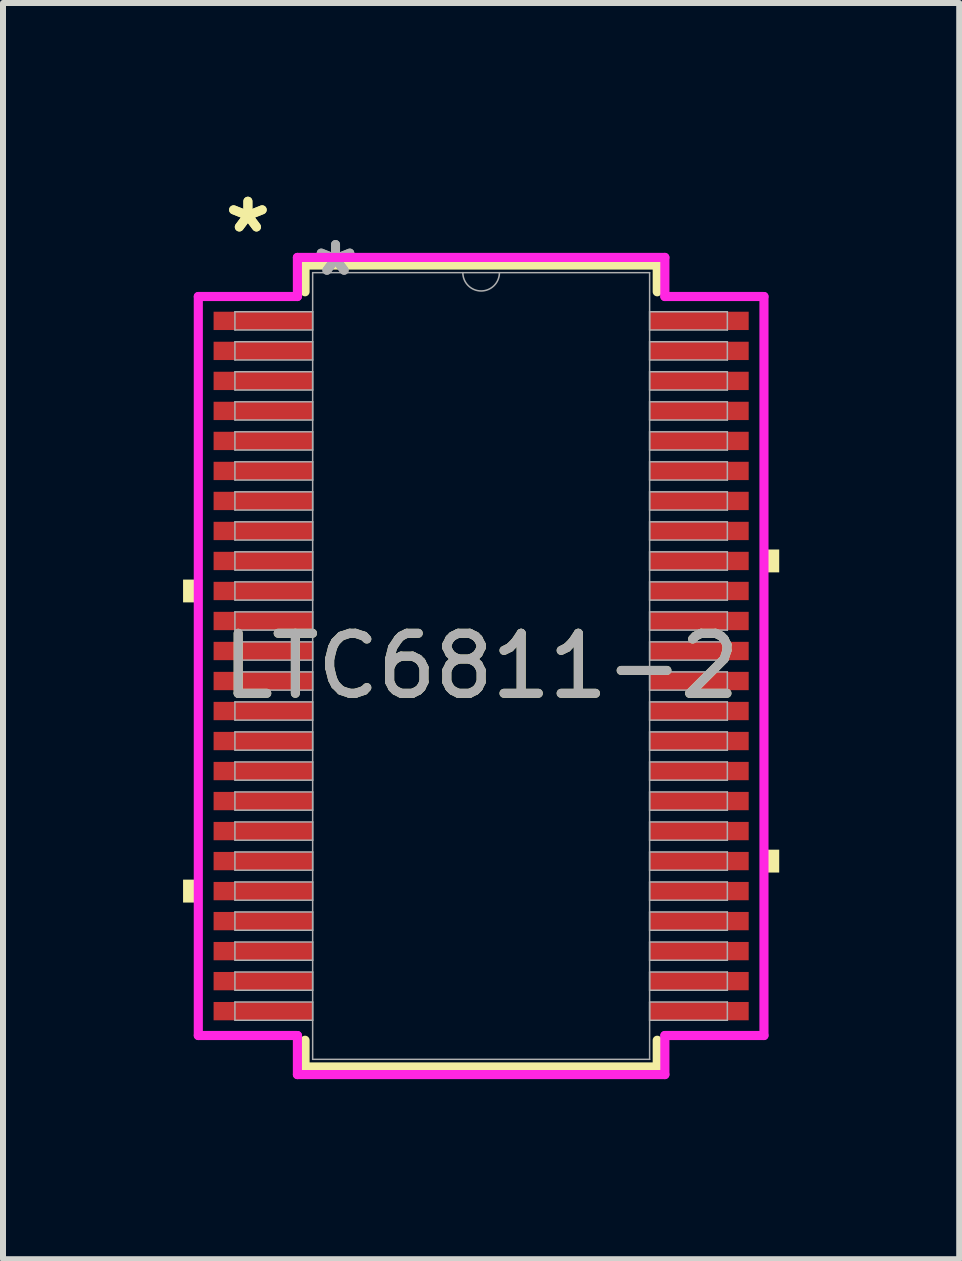
<source format=kicad_pcb>
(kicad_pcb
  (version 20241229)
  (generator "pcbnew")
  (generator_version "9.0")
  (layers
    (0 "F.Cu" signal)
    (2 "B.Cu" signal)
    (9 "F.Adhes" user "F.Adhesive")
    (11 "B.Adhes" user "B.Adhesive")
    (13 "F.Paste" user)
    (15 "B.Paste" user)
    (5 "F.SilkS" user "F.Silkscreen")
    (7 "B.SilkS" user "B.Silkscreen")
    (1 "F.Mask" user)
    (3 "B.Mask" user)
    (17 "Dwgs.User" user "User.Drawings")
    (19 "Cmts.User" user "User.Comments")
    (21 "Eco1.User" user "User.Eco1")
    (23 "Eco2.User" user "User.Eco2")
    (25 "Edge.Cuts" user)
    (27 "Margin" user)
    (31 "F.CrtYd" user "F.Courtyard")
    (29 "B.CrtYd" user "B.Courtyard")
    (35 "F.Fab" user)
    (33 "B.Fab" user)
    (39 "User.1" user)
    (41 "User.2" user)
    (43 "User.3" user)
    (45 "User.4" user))
  (footprint "LTC6811-2"
    (layer "F.Cu")
    (at 4.966 8.046)
    (property "Reference" "LTC6811-2" (at 0 0 0) (unlocked yes) (layer "F.SilkS") (effects (font (size 1 1) (thickness 0.15))))
    (attr smd)
    (fp_line (start -2.934 -6.68) (end -2.934 -6.235) (stroke (width 0.152) (type solid)) (layer "F.SilkS"))
    (fp_line (start -2.934 6.235) (end -2.934 6.68) (stroke (width 0.152) (type solid)) (layer "F.SilkS"))
    (fp_line (start -2.934 6.68) (end 2.934 6.68) (stroke (width 0.152) (type solid)) (layer "F.SilkS"))
    (fp_line (start 2.934 -6.68) (end -2.934 -6.68) (stroke (width 0.152) (type solid)) (layer "F.SilkS"))
    (fp_line (start 2.934 -6.235) (end 2.934 -6.68) (stroke (width 0.152) (type solid)) (layer "F.SilkS"))
    (fp_line (start 2.934 6.68) (end 2.934 6.235) (stroke (width 0.152) (type solid)) (layer "F.SilkS"))
    (fp_poly (pts (xy -4.966 -1.44) (xy -4.966 -1.06) (xy -4.712 -1.06) (xy -4.712 -1.44)) (stroke (width 0) (type solid)) (fill yes) (layer "F.SilkS"))
    (fp_poly (pts (xy -4.966 3.559) (xy -4.966 3.941) (xy -4.712 3.941) (xy -4.712 3.559)) (stroke (width 0) (type solid)) (fill yes) (layer "F.SilkS"))
    (fp_poly (pts (xy 4.966 -1.941) (xy 4.966 -1.56) (xy 4.712 -1.56) (xy 4.712 -1.941)) (stroke (width 0) (type solid)) (fill yes) (layer "F.SilkS"))
    (fp_poly (pts (xy 4.966 3.06) (xy 4.966 3.441) (xy 4.712 3.441) (xy 4.712 3.06)) (stroke (width 0) (type solid)) (fill yes) (layer "F.SilkS"))
    (fp_line (start -4.712 -6.156) (end -3.061 -6.156) (stroke (width 0.152) (type solid)) (layer "F.CrtYd"))
    (fp_line (start -4.712 6.156) (end -4.712 -6.156) (stroke (width 0.152) (type solid)) (layer "F.CrtYd"))
    (fp_line (start -4.712 6.156) (end -3.061 6.156) (stroke (width 0.152) (type solid)) (layer "F.CrtYd"))
    (fp_line (start -3.061 -6.807) (end 3.061 -6.807) (stroke (width 0.152) (type solid)) (layer "F.CrtYd"))
    (fp_line (start -3.061 -6.156) (end -3.061 -6.807) (stroke (width 0.152) (type solid)) (layer "F.CrtYd"))
    (fp_line (start -3.061 6.807) (end -3.061 6.156) (stroke (width 0.152) (type solid)) (layer "F.CrtYd"))
    (fp_line (start 3.061 -6.807) (end 3.061 -6.156) (stroke (width 0.152) (type solid)) (layer "F.CrtYd"))
    (fp_line (start 3.061 6.156) (end 3.061 6.807) (stroke (width 0.152) (type solid)) (layer "F.CrtYd"))
    (fp_line (start 3.061 6.807) (end -3.061 6.807) (stroke (width 0.152) (type solid)) (layer "F.CrtYd"))
    (fp_line (start 4.712 -6.156) (end 3.061 -6.156) (stroke (width 0.152) (type solid)) (layer "F.CrtYd"))
    (fp_line (start 4.712 -6.156) (end 4.712 6.156) (stroke (width 0.152) (type solid)) (layer "F.CrtYd"))
    (fp_line (start 4.712 6.156) (end 3.061 6.156) (stroke (width 0.152) (type solid)) (layer "F.CrtYd"))
    (fp_line (start -4.102 -5.902) (end -4.102 -5.598) (stroke (width 0.025) (type solid)) (layer "F.Fab"))
    (fp_line (start -4.102 -5.598) (end -2.807 -5.598) (stroke (width 0.025) (type solid)) (layer "F.Fab"))
    (fp_line (start -4.102 -5.402) (end -4.102 -5.098) (stroke (width 0.025) (type solid)) (layer "F.Fab"))
    (fp_line (start -4.102 -5.098) (end -2.807 -5.098) (stroke (width 0.025) (type solid)) (layer "F.Fab"))
    (fp_line (start -4.102 -4.902) (end -4.102 -4.598) (stroke (width 0.025) (type solid)) (layer "F.Fab"))
    (fp_line (start -4.102 -4.598) (end -2.807 -4.598) (stroke (width 0.025) (type solid)) (layer "F.Fab"))
    (fp_line (start -4.102 -4.402) (end -4.102 -4.098) (stroke (width 0.025) (type solid)) (layer "F.Fab"))
    (fp_line (start -4.102 -4.098) (end -2.807 -4.098) (stroke (width 0.025) (type solid)) (layer "F.Fab"))
    (fp_line (start -4.102 -3.902) (end -4.102 -3.598) (stroke (width 0.025) (type solid)) (layer "F.Fab"))
    (fp_line (start -4.102 -3.598) (end -2.807 -3.598) (stroke (width 0.025) (type solid)) (layer "F.Fab"))
    (fp_line (start -4.102 -3.402) (end -4.102 -3.098) (stroke (width 0.025) (type solid)) (layer "F.Fab"))
    (fp_line (start -4.102 -3.098) (end -2.807 -3.098) (stroke (width 0.025) (type solid)) (layer "F.Fab"))
    (fp_line (start -4.102 -2.902) (end -4.102 -2.598) (stroke (width 0.025) (type solid)) (layer "F.Fab"))
    (fp_line (start -4.102 -2.598) (end -2.807 -2.598) (stroke (width 0.025) (type solid)) (layer "F.Fab"))
    (fp_line (start -4.102 -2.402) (end -4.102 -2.098) (stroke (width 0.025) (type solid)) (layer "F.Fab"))
    (fp_line (start -4.102 -2.098) (end -2.807 -2.098) (stroke (width 0.025) (type solid)) (layer "F.Fab"))
    (fp_line (start -4.102 -1.902) (end -4.102 -1.598) (stroke (width 0.025) (type solid)) (layer "F.Fab"))
    (fp_line (start -4.102 -1.598) (end -2.807 -1.598) (stroke (width 0.025) (type solid)) (layer "F.Fab"))
    (fp_line (start -4.102 -1.402) (end -4.102 -1.098) (stroke (width 0.025) (type solid)) (layer "F.Fab"))
    (fp_line (start -4.102 -1.098) (end -2.807 -1.098) (stroke (width 0.025) (type solid)) (layer "F.Fab"))
    (fp_line (start -4.102 -0.902) (end -4.102 -0.598) (stroke (width 0.025) (type solid)) (layer "F.Fab"))
    (fp_line (start -4.102 -0.598) (end -2.807 -0.598) (stroke (width 0.025) (type solid)) (layer "F.Fab"))
    (fp_line (start -4.102 -0.402) (end -4.102 -0.098) (stroke (width 0.025) (type solid)) (layer "F.Fab"))
    (fp_line (start -4.102 -0.098) (end -2.807 -0.098) (stroke (width 0.025) (type solid)) (layer "F.Fab"))
    (fp_line (start -4.102 0.098) (end -4.102 0.402) (stroke (width 0.025) (type solid)) (layer "F.Fab"))
    (fp_line (start -4.102 0.402) (end -2.807 0.402) (stroke (width 0.025) (type solid)) (layer "F.Fab"))
    (fp_line (start -4.102 0.598) (end -4.102 0.902) (stroke (width 0.025) (type solid)) (layer "F.Fab"))
    (fp_line (start -4.102 0.902) (end -2.807 0.902) (stroke (width 0.025) (type solid)) (layer "F.Fab"))
    (fp_line (start -4.102 1.098) (end -4.102 1.402) (stroke (width 0.025) (type solid)) (layer "F.Fab"))
    (fp_line (start -4.102 1.402) (end -2.807 1.402) (stroke (width 0.025) (type solid)) (layer "F.Fab"))
    (fp_line (start -4.102 1.598) (end -4.102 1.902) (stroke (width 0.025) (type solid)) (layer "F.Fab"))
    (fp_line (start -4.102 1.902) (end -2.807 1.902) (stroke (width 0.025) (type solid)) (layer "F.Fab"))
    (fp_line (start -4.102 2.098) (end -4.102 2.402) (stroke (width 0.025) (type solid)) (layer "F.Fab"))
    (fp_line (start -4.102 2.402) (end -2.807 2.402) (stroke (width 0.025) (type solid)) (layer "F.Fab"))
    (fp_line (start -4.102 2.598) (end -4.102 2.902) (stroke (width 0.025) (type solid)) (layer "F.Fab"))
    (fp_line (start -4.102 2.902) (end -2.807 2.902) (stroke (width 0.025) (type solid)) (layer "F.Fab"))
    (fp_line (start -4.102 3.098) (end -4.102 3.402) (stroke (width 0.025) (type solid)) (layer "F.Fab"))
    (fp_line (start -4.102 3.402) (end -2.807 3.402) (stroke (width 0.025) (type solid)) (layer "F.Fab"))
    (fp_line (start -4.102 3.598) (end -4.102 3.902) (stroke (width 0.025) (type solid)) (layer "F.Fab"))
    (fp_line (start -4.102 3.902) (end -2.807 3.902) (stroke (width 0.025) (type solid)) (layer "F.Fab"))
    (fp_line (start -4.102 4.098) (end -4.102 4.402) (stroke (width 0.025) (type solid)) (layer "F.Fab"))
    (fp_line (start -4.102 4.402) (end -2.807 4.402) (stroke (width 0.025) (type solid)) (layer "F.Fab"))
    (fp_line (start -4.102 4.598) (end -4.102 4.902) (stroke (width 0.025) (type solid)) (layer "F.Fab"))
    (fp_line (start -4.102 4.902) (end -2.807 4.902) (stroke (width 0.025) (type solid)) (layer "F.Fab"))
    (fp_line (start -4.102 5.098) (end -4.102 5.402) (stroke (width 0.025) (type solid)) (layer "F.Fab"))
    (fp_line (start -4.102 5.402) (end -2.807 5.402) (stroke (width 0.025) (type solid)) (layer "F.Fab"))
    (fp_line (start -4.102 5.598) (end -4.102 5.902) (stroke (width 0.025) (type solid)) (layer "F.Fab"))
    (fp_line (start -4.102 5.902) (end -2.807 5.902) (stroke (width 0.025) (type solid)) (layer "F.Fab"))
    (fp_line (start -2.807 -6.553) (end -2.807 6.553) (stroke (width 0.025) (type solid)) (layer "F.Fab"))
    (fp_line (start -2.807 -5.902) (end -4.102 -5.902) (stroke (width 0.025) (type solid)) (layer "F.Fab"))
    (fp_line (start -2.807 -5.598) (end -2.807 -5.902) (stroke (width 0.025) (type solid)) (layer "F.Fab"))
    (fp_line (start -2.807 -5.402) (end -4.102 -5.402) (stroke (width 0.025) (type solid)) (layer "F.Fab"))
    (fp_line (start -2.807 -5.098) (end -2.807 -5.402) (stroke (width 0.025) (type solid)) (layer "F.Fab"))
    (fp_line (start -2.807 -4.902) (end -4.102 -4.902) (stroke (width 0.025) (type solid)) (layer "F.Fab"))
    (fp_line (start -2.807 -4.598) (end -2.807 -4.902) (stroke (width 0.025) (type solid)) (layer "F.Fab"))
    (fp_line (start -2.807 -4.402) (end -4.102 -4.402) (stroke (width 0.025) (type solid)) (layer "F.Fab"))
    (fp_line (start -2.807 -4.098) (end -2.807 -4.402) (stroke (width 0.025) (type solid)) (layer "F.Fab"))
    (fp_line (start -2.807 -3.902) (end -4.102 -3.902) (stroke (width 0.025) (type solid)) (layer "F.Fab"))
    (fp_line (start -2.807 -3.598) (end -2.807 -3.902) (stroke (width 0.025) (type solid)) (layer "F.Fab"))
    (fp_line (start -2.807 -3.402) (end -4.102 -3.402) (stroke (width 0.025) (type solid)) (layer "F.Fab"))
    (fp_line (start -2.807 -3.098) (end -2.807 -3.402) (stroke (width 0.025) (type solid)) (layer "F.Fab"))
    (fp_line (start -2.807 -2.902) (end -4.102 -2.902) (stroke (width 0.025) (type solid)) (layer "F.Fab"))
    (fp_line (start -2.807 -2.598) (end -2.807 -2.902) (stroke (width 0.025) (type solid)) (layer "F.Fab"))
    (fp_line (start -2.807 -2.402) (end -4.102 -2.402) (stroke (width 0.025) (type solid)) (layer "F.Fab"))
    (fp_line (start -2.807 -2.098) (end -2.807 -2.402) (stroke (width 0.025) (type solid)) (layer "F.Fab"))
    (fp_line (start -2.807 -1.902) (end -4.102 -1.902) (stroke (width 0.025) (type solid)) (layer "F.Fab"))
    (fp_line (start -2.807 -1.598) (end -2.807 -1.902) (stroke (width 0.025) (type solid)) (layer "F.Fab"))
    (fp_line (start -2.807 -1.402) (end -4.102 -1.402) (stroke (width 0.025) (type solid)) (layer "F.Fab"))
    (fp_line (start -2.807 -1.098) (end -2.807 -1.402) (stroke (width 0.025) (type solid)) (layer "F.Fab"))
    (fp_line (start -2.807 -0.902) (end -4.102 -0.902) (stroke (width 0.025) (type solid)) (layer "F.Fab"))
    (fp_line (start -2.807 -0.598) (end -2.807 -0.902) (stroke (width 0.025) (type solid)) (layer "F.Fab"))
    (fp_line (start -2.807 -0.402) (end -4.102 -0.402) (stroke (width 0.025) (type solid)) (layer "F.Fab"))
    (fp_line (start -2.807 -0.098) (end -2.807 -0.402) (stroke (width 0.025) (type solid)) (layer "F.Fab"))
    (fp_line (start -2.807 0.098) (end -4.102 0.098) (stroke (width 0.025) (type solid)) (layer "F.Fab"))
    (fp_line (start -2.807 0.402) (end -2.807 0.098) (stroke (width 0.025) (type solid)) (layer "F.Fab"))
    (fp_line (start -2.807 0.598) (end -4.102 0.598) (stroke (width 0.025) (type solid)) (layer "F.Fab"))
    (fp_line (start -2.807 0.902) (end -2.807 0.598) (stroke (width 0.025) (type solid)) (layer "F.Fab"))
    (fp_line (start -2.807 1.098) (end -4.102 1.098) (stroke (width 0.025) (type solid)) (layer "F.Fab"))
    (fp_line (start -2.807 1.402) (end -2.807 1.098) (stroke (width 0.025) (type solid)) (layer "F.Fab"))
    (fp_line (start -2.807 1.598) (end -4.102 1.598) (stroke (width 0.025) (type solid)) (layer "F.Fab"))
    (fp_line (start -2.807 1.902) (end -2.807 1.598) (stroke (width 0.025) (type solid)) (layer "F.Fab"))
    (fp_line (start -2.807 2.098) (end -4.102 2.098) (stroke (width 0.025) (type solid)) (layer "F.Fab"))
    (fp_line (start -2.807 2.402) (end -2.807 2.098) (stroke (width 0.025) (type solid)) (layer "F.Fab"))
    (fp_line (start -2.807 2.598) (end -4.102 2.598) (stroke (width 0.025) (type solid)) (layer "F.Fab"))
    (fp_line (start -2.807 2.902) (end -2.807 2.598) (stroke (width 0.025) (type solid)) (layer "F.Fab"))
    (fp_line (start -2.807 3.098) (end -4.102 3.098) (stroke (width 0.025) (type solid)) (layer "F.Fab"))
    (fp_line (start -2.807 3.402) (end -2.807 3.098) (stroke (width 0.025) (type solid)) (layer "F.Fab"))
    (fp_line (start -2.807 3.598) (end -4.102 3.598) (stroke (width 0.025) (type solid)) (layer "F.Fab"))
    (fp_line (start -2.807 3.902) (end -2.807 3.598) (stroke (width 0.025) (type solid)) (layer "F.Fab"))
    (fp_line (start -2.807 4.098) (end -4.102 4.098) (stroke (width 0.025) (type solid)) (layer "F.Fab"))
    (fp_line (start -2.807 4.402) (end -2.807 4.098) (stroke (width 0.025) (type solid)) (layer "F.Fab"))
    (fp_line (start -2.807 4.598) (end -4.102 4.598) (stroke (width 0.025) (type solid)) (layer "F.Fab"))
    (fp_line (start -2.807 4.902) (end -2.807 4.598) (stroke (width 0.025) (type solid)) (layer "F.Fab"))
    (fp_line (start -2.807 5.098) (end -4.102 5.098) (stroke (width 0.025) (type solid)) (layer "F.Fab"))
    (fp_line (start -2.807 5.402) (end -2.807 5.098) (stroke (width 0.025) (type solid)) (layer "F.Fab"))
    (fp_line (start -2.807 5.598) (end -4.102 5.598) (stroke (width 0.025) (type solid)) (layer "F.Fab"))
    (fp_line (start -2.807 5.902) (end -2.807 5.598) (stroke (width 0.025) (type solid)) (layer "F.Fab"))
    (fp_line (start -2.807 6.553) (end 2.807 6.553) (stroke (width 0.025) (type solid)) (layer "F.Fab"))
    (fp_line (start 2.807 -6.553) (end -2.807 -6.553) (stroke (width 0.025) (type solid)) (layer "F.Fab"))
    (fp_line (start 2.807 -5.902) (end 2.807 -5.598) (stroke (width 0.025) (type solid)) (layer "F.Fab"))
    (fp_line (start 2.807 -5.598) (end 4.102 -5.598) (stroke (width 0.025) (type solid)) (layer "F.Fab"))
    (fp_line (start 2.807 -5.402) (end 2.807 -5.098) (stroke (width 0.025) (type solid)) (layer "F.Fab"))
    (fp_line (start 2.807 -5.098) (end 4.102 -5.098) (stroke (width 0.025) (type solid)) (layer "F.Fab"))
    (fp_line (start 2.807 -4.902) (end 2.807 -4.598) (stroke (width 0.025) (type solid)) (layer "F.Fab"))
    (fp_line (start 2.807 -4.598) (end 4.102 -4.598) (stroke (width 0.025) (type solid)) (layer "F.Fab"))
    (fp_line (start 2.807 -4.402) (end 2.807 -4.098) (stroke (width 0.025) (type solid)) (layer "F.Fab"))
    (fp_line (start 2.807 -4.098) (end 4.102 -4.098) (stroke (width 0.025) (type solid)) (layer "F.Fab"))
    (fp_line (start 2.807 -3.902) (end 2.807 -3.598) (stroke (width 0.025) (type solid)) (layer "F.Fab"))
    (fp_line (start 2.807 -3.598) (end 4.102 -3.598) (stroke (width 0.025) (type solid)) (layer "F.Fab"))
    (fp_line (start 2.807 -3.402) (end 2.807 -3.098) (stroke (width 0.025) (type solid)) (layer "F.Fab"))
    (fp_line (start 2.807 -3.098) (end 4.102 -3.098) (stroke (width 0.025) (type solid)) (layer "F.Fab"))
    (fp_line (start 2.807 -2.902) (end 2.807 -2.598) (stroke (width 0.025) (type solid)) (layer "F.Fab"))
    (fp_line (start 2.807 -2.598) (end 4.102 -2.598) (stroke (width 0.025) (type solid)) (layer "F.Fab"))
    (fp_line (start 2.807 -2.402) (end 2.807 -2.098) (stroke (width 0.025) (type solid)) (layer "F.Fab"))
    (fp_line (start 2.807 -2.098) (end 4.102 -2.098) (stroke (width 0.025) (type solid)) (layer "F.Fab"))
    (fp_line (start 2.807 -1.902) (end 2.807 -1.598) (stroke (width 0.025) (type solid)) (layer "F.Fab"))
    (fp_line (start 2.807 -1.598) (end 4.102 -1.598) (stroke (width 0.025) (type solid)) (layer "F.Fab"))
    (fp_line (start 2.807 -1.402) (end 2.807 -1.098) (stroke (width 0.025) (type solid)) (layer "F.Fab"))
    (fp_line (start 2.807 -1.098) (end 4.102 -1.098) (stroke (width 0.025) (type solid)) (layer "F.Fab"))
    (fp_line (start 2.807 -0.902) (end 2.807 -0.598) (stroke (width 0.025) (type solid)) (layer "F.Fab"))
    (fp_line (start 2.807 -0.598) (end 4.102 -0.598) (stroke (width 0.025) (type solid)) (layer "F.Fab"))
    (fp_line (start 2.807 -0.402) (end 2.807 -0.098) (stroke (width 0.025) (type solid)) (layer "F.Fab"))
    (fp_line (start 2.807 -0.098) (end 4.102 -0.098) (stroke (width 0.025) (type solid)) (layer "F.Fab"))
    (fp_line (start 2.807 0.098) (end 2.807 0.402) (stroke (width 0.025) (type solid)) (layer "F.Fab"))
    (fp_line (start 2.807 0.402) (end 4.102 0.402) (stroke (width 0.025) (type solid)) (layer "F.Fab"))
    (fp_line (start 2.807 0.598) (end 2.807 0.902) (stroke (width 0.025) (type solid)) (layer "F.Fab"))
    (fp_line (start 2.807 0.902) (end 4.102 0.902) (stroke (width 0.025) (type solid)) (layer "F.Fab"))
    (fp_line (start 2.807 1.098) (end 2.807 1.402) (stroke (width 0.025) (type solid)) (layer "F.Fab"))
    (fp_line (start 2.807 1.402) (end 4.102 1.402) (stroke (width 0.025) (type solid)) (layer "F.Fab"))
    (fp_line (start 2.807 1.598) (end 2.807 1.902) (stroke (width 0.025) (type solid)) (layer "F.Fab"))
    (fp_line (start 2.807 1.902) (end 4.102 1.902) (stroke (width 0.025) (type solid)) (layer "F.Fab"))
    (fp_line (start 2.807 2.098) (end 2.807 2.402) (stroke (width 0.025) (type solid)) (layer "F.Fab"))
    (fp_line (start 2.807 2.402) (end 4.102 2.402) (stroke (width 0.025) (type solid)) (layer "F.Fab"))
    (fp_line (start 2.807 2.598) (end 2.807 2.902) (stroke (width 0.025) (type solid)) (layer "F.Fab"))
    (fp_line (start 2.807 2.902) (end 4.102 2.902) (stroke (width 0.025) (type solid)) (layer "F.Fab"))
    (fp_line (start 2.807 3.098) (end 2.807 3.402) (stroke (width 0.025) (type solid)) (layer "F.Fab"))
    (fp_line (start 2.807 3.402) (end 4.102 3.402) (stroke (width 0.025) (type solid)) (layer "F.Fab"))
    (fp_line (start 2.807 3.598) (end 2.807 3.902) (stroke (width 0.025) (type solid)) (layer "F.Fab"))
    (fp_line (start 2.807 3.902) (end 4.102 3.902) (stroke (width 0.025) (type solid)) (layer "F.Fab"))
    (fp_line (start 2.807 4.098) (end 2.807 4.402) (stroke (width 0.025) (type solid)) (layer "F.Fab"))
    (fp_line (start 2.807 4.402) (end 4.102 4.402) (stroke (width 0.025) (type solid)) (layer "F.Fab"))
    (fp_line (start 2.807 4.598) (end 2.807 4.902) (stroke (width 0.025) (type solid)) (layer "F.Fab"))
    (fp_line (start 2.807 4.902) (end 4.102 4.902) (stroke (width 0.025) (type solid)) (layer "F.Fab"))
    (fp_line (start 2.807 5.098) (end 2.807 5.402) (stroke (width 0.025) (type solid)) (layer "F.Fab"))
    (fp_line (start 2.807 5.402) (end 4.102 5.402) (stroke (width 0.025) (type solid)) (layer "F.Fab"))
    (fp_line (start 2.807 5.598) (end 2.807 5.902) (stroke (width 0.025) (type solid)) (layer "F.Fab"))
    (fp_line (start 2.807 5.902) (end 4.102 5.902) (stroke (width 0.025) (type solid)) (layer "F.Fab"))
    (fp_line (start 2.807 6.553) (end 2.807 -6.553) (stroke (width 0.025) (type solid)) (layer "F.Fab"))
    (fp_line (start 4.102 -5.902) (end 2.807 -5.902) (stroke (width 0.025) (type solid)) (layer "F.Fab"))
    (fp_line (start 4.102 -5.598) (end 4.102 -5.902) (stroke (width 0.025) (type solid)) (layer "F.Fab"))
    (fp_line (start 4.102 -5.402) (end 2.807 -5.402) (stroke (width 0.025) (type solid)) (layer "F.Fab"))
    (fp_line (start 4.102 -5.098) (end 4.102 -5.402) (stroke (width 0.025) (type solid)) (layer "F.Fab"))
    (fp_line (start 4.102 -4.902) (end 2.807 -4.902) (stroke (width 0.025) (type solid)) (layer "F.Fab"))
    (fp_line (start 4.102 -4.598) (end 4.102 -4.902) (stroke (width 0.025) (type solid)) (layer "F.Fab"))
    (fp_line (start 4.102 -4.402) (end 2.807 -4.402) (stroke (width 0.025) (type solid)) (layer "F.Fab"))
    (fp_line (start 4.102 -4.098) (end 4.102 -4.402) (stroke (width 0.025) (type solid)) (layer "F.Fab"))
    (fp_line (start 4.102 -3.902) (end 2.807 -3.902) (stroke (width 0.025) (type solid)) (layer "F.Fab"))
    (fp_line (start 4.102 -3.598) (end 4.102 -3.902) (stroke (width 0.025) (type solid)) (layer "F.Fab"))
    (fp_line (start 4.102 -3.402) (end 2.807 -3.402) (stroke (width 0.025) (type solid)) (layer "F.Fab"))
    (fp_line (start 4.102 -3.098) (end 4.102 -3.402) (stroke (width 0.025) (type solid)) (layer "F.Fab"))
    (fp_line (start 4.102 -2.902) (end 2.807 -2.902) (stroke (width 0.025) (type solid)) (layer "F.Fab"))
    (fp_line (start 4.102 -2.598) (end 4.102 -2.902) (stroke (width 0.025) (type solid)) (layer "F.Fab"))
    (fp_line (start 4.102 -2.402) (end 2.807 -2.402) (stroke (width 0.025) (type solid)) (layer "F.Fab"))
    (fp_line (start 4.102 -2.098) (end 4.102 -2.402) (stroke (width 0.025) (type solid)) (layer "F.Fab"))
    (fp_line (start 4.102 -1.902) (end 2.807 -1.902) (stroke (width 0.025) (type solid)) (layer "F.Fab"))
    (fp_line (start 4.102 -1.598) (end 4.102 -1.902) (stroke (width 0.025) (type solid)) (layer "F.Fab"))
    (fp_line (start 4.102 -1.402) (end 2.807 -1.402) (stroke (width 0.025) (type solid)) (layer "F.Fab"))
    (fp_line (start 4.102 -1.098) (end 4.102 -1.402) (stroke (width 0.025) (type solid)) (layer "F.Fab"))
    (fp_line (start 4.102 -0.902) (end 2.807 -0.902) (stroke (width 0.025) (type solid)) (layer "F.Fab"))
    (fp_line (start 4.102 -0.598) (end 4.102 -0.902) (stroke (width 0.025) (type solid)) (layer "F.Fab"))
    (fp_line (start 4.102 -0.402) (end 2.807 -0.402) (stroke (width 0.025) (type solid)) (layer "F.Fab"))
    (fp_line (start 4.102 -0.098) (end 4.102 -0.402) (stroke (width 0.025) (type solid)) (layer "F.Fab"))
    (fp_line (start 4.102 0.098) (end 2.807 0.098) (stroke (width 0.025) (type solid)) (layer "F.Fab"))
    (fp_line (start 4.102 0.402) (end 4.102 0.098) (stroke (width 0.025) (type solid)) (layer "F.Fab"))
    (fp_line (start 4.102 0.598) (end 2.807 0.598) (stroke (width 0.025) (type solid)) (layer "F.Fab"))
    (fp_line (start 4.102 0.902) (end 4.102 0.598) (stroke (width 0.025) (type solid)) (layer "F.Fab"))
    (fp_line (start 4.102 1.098) (end 2.807 1.098) (stroke (width 0.025) (type solid)) (layer "F.Fab"))
    (fp_line (start 4.102 1.402) (end 4.102 1.098) (stroke (width 0.025) (type solid)) (layer "F.Fab"))
    (fp_line (start 4.102 1.598) (end 2.807 1.598) (stroke (width 0.025) (type solid)) (layer "F.Fab"))
    (fp_line (start 4.102 1.902) (end 4.102 1.598) (stroke (width 0.025) (type solid)) (layer "F.Fab"))
    (fp_line (start 4.102 2.098) (end 2.807 2.098) (stroke (width 0.025) (type solid)) (layer "F.Fab"))
    (fp_line (start 4.102 2.402) (end 4.102 2.098) (stroke (width 0.025) (type solid)) (layer "F.Fab"))
    (fp_line (start 4.102 2.598) (end 2.807 2.598) (stroke (width 0.025) (type solid)) (layer "F.Fab"))
    (fp_line (start 4.102 2.902) (end 4.102 2.598) (stroke (width 0.025) (type solid)) (layer "F.Fab"))
    (fp_line (start 4.102 3.098) (end 2.807 3.098) (stroke (width 0.025) (type solid)) (layer "F.Fab"))
    (fp_line (start 4.102 3.402) (end 4.102 3.098) (stroke (width 0.025) (type solid)) (layer "F.Fab"))
    (fp_line (start 4.102 3.598) (end 2.807 3.598) (stroke (width 0.025) (type solid)) (layer "F.Fab"))
    (fp_line (start 4.102 3.902) (end 4.102 3.598) (stroke (width 0.025) (type solid)) (layer "F.Fab"))
    (fp_line (start 4.102 4.098) (end 2.807 4.098) (stroke (width 0.025) (type solid)) (layer "F.Fab"))
    (fp_line (start 4.102 4.402) (end 4.102 4.098) (stroke (width 0.025) (type solid)) (layer "F.Fab"))
    (fp_line (start 4.102 4.598) (end 2.807 4.598) (stroke (width 0.025) (type solid)) (layer "F.Fab"))
    (fp_line (start 4.102 4.902) (end 4.102 4.598) (stroke (width 0.025) (type solid)) (layer "F.Fab"))
    (fp_line (start 4.102 5.098) (end 2.807 5.098) (stroke (width 0.025) (type solid)) (layer "F.Fab"))
    (fp_line (start 4.102 5.402) (end 4.102 5.098) (stroke (width 0.025) (type solid)) (layer "F.Fab"))
    (fp_line (start 4.102 5.598) (end 2.807 5.598) (stroke (width 0.025) (type solid)) (layer "F.Fab"))
    (fp_line (start 4.102 5.902) (end 4.102 5.598) (stroke (width 0.025) (type solid)) (layer "F.Fab"))
    (fp_arc (start 0.3048 -6.5532) (mid 0 -6.2484) (end -0.3048 -6.5532) (stroke (width 0.0254) (type solid)) (layer "F.Fab"))
    (fp_text user "*" (at -3.886 -7.198 0) (unlocked yes) (layer "F.SilkS") (effects (font (size 1 1) (thickness 0.15))))
    (fp_text user "*" (at -3.886 -7.198 0) (layer "F.SilkS") (effects (font (size 1 1) (thickness 0.15))))
    (fp_text user "${REFERENCE}" (at 0 0 0) (unlocked yes) (layer "F.Fab") (effects (font (size 1 1) (thickness 0.15))))
    (fp_text user "*" (at -2.426 -6.477 0) (unlocked yes) (layer "F.Fab") (effects (font (size 1 1) (thickness 0.15))))
    (fp_text user "*" (at -2.426 -6.477 0) (layer "F.Fab") (effects (font (size 1 1) (thickness 0.15))))
    (pad "1" smd rect (at -3.632 -5.75) (size 1.651 0.305) (layers "F.Cu" "F.Mask" "F.Paste"))
    (pad "2" smd rect (at -3.632 -5.25) (size 1.651 0.305) (layers "F.Cu" "F.Mask" "F.Paste"))
    (pad "3" smd rect (at -3.632 -4.75) (size 1.651 0.305) (layers "F.Cu" "F.Mask" "F.Paste"))
    (pad "4" smd rect (at -3.632 -4.25) (size 1.651 0.305) (layers "F.Cu" "F.Mask" "F.Paste"))
    (pad "5" smd rect (at -3.632 -3.75) (size 1.651 0.305) (layers "F.Cu" "F.Mask" "F.Paste"))
    (pad "6" smd rect (at -3.632 -3.25) (size 1.651 0.305) (layers "F.Cu" "F.Mask" "F.Paste"))
    (pad "7" smd rect (at -3.632 -2.75) (size 1.651 0.305) (layers "F.Cu" "F.Mask" "F.Paste"))
    (pad "8" smd rect (at -3.632 -2.25) (size 1.651 0.305) (layers "F.Cu" "F.Mask" "F.Paste"))
    (pad "9" smd rect (at -3.632 -1.75) (size 1.651 0.305) (layers "F.Cu" "F.Mask" "F.Paste"))
    (pad "10" smd rect (at -3.632 -1.25) (size 1.651 0.305) (layers "F.Cu" "F.Mask" "F.Paste"))
    (pad "11" smd rect (at -3.632 -0.75) (size 1.651 0.305) (layers "F.Cu" "F.Mask" "F.Paste"))
    (pad "12" smd rect (at -3.632 -0.25) (size 1.651 0.305) (layers "F.Cu" "F.Mask" "F.Paste"))
    (pad "13" smd rect (at -3.632 0.25) (size 1.651 0.305) (layers "F.Cu" "F.Mask" "F.Paste"))
    (pad "14" smd rect (at -3.632 0.75) (size 1.651 0.305) (layers "F.Cu" "F.Mask" "F.Paste"))
    (pad "15" smd rect (at -3.632 1.25) (size 1.651 0.305) (layers "F.Cu" "F.Mask" "F.Paste"))
    (pad "16" smd rect (at -3.632 1.75) (size 1.651 0.305) (layers "F.Cu" "F.Mask" "F.Paste"))
    (pad "17" smd rect (at -3.632 2.25) (size 1.651 0.305) (layers "F.Cu" "F.Mask" "F.Paste"))
    (pad "18" smd rect (at -3.632 2.75) (size 1.651 0.305) (layers "F.Cu" "F.Mask" "F.Paste"))
    (pad "19" smd rect (at -3.632 3.25) (size 1.651 0.305) (layers "F.Cu" "F.Mask" "F.Paste"))
    (pad "20" smd rect (at -3.632 3.75) (size 1.651 0.305) (layers "F.Cu" "F.Mask" "F.Paste"))
    (pad "21" smd rect (at -3.632 4.25) (size 1.651 0.305) (layers "F.Cu" "F.Mask" "F.Paste"))
    (pad "22" smd rect (at -3.632 4.75) (size 1.651 0.305) (layers "F.Cu" "F.Mask" "F.Paste"))
    (pad "23" smd rect (at -3.632 5.25) (size 1.651 0.305) (layers "F.Cu" "F.Mask" "F.Paste"))
    (pad "24" smd rect (at -3.632 5.75) (size 1.651 0.305) (layers "F.Cu" "F.Mask" "F.Paste"))
    (pad "25" smd rect (at 3.632 5.75) (size 1.651 0.305) (layers "F.Cu" "F.Mask" "F.Paste"))
    (pad "26" smd rect (at 3.632 5.25) (size 1.651 0.305) (layers "F.Cu" "F.Mask" "F.Paste"))
    (pad "27" smd rect (at 3.632 4.75) (size 1.651 0.305) (layers "F.Cu" "F.Mask" "F.Paste"))
    (pad "28" smd rect (at 3.632 4.25) (size 1.651 0.305) (layers "F.Cu" "F.Mask" "F.Paste"))
    (pad "29" smd rect (at 3.632 3.75) (size 1.651 0.305) (layers "F.Cu" "F.Mask" "F.Paste"))
    (pad "30" smd rect (at 3.632 3.25) (size 1.651 0.305) (layers "F.Cu" "F.Mask" "F.Paste"))
    (pad "31" smd rect (at 3.632 2.75) (size 1.651 0.305) (layers "F.Cu" "F.Mask" "F.Paste"))
    (pad "32" smd rect (at 3.632 2.25) (size 1.651 0.305) (layers "F.Cu" "F.Mask" "F.Paste"))
    (pad "33" smd rect (at 3.632 1.75) (size 1.651 0.305) (layers "F.Cu" "F.Mask" "F.Paste"))
    (pad "34" smd rect (at 3.632 1.25) (size 1.651 0.305) (layers "F.Cu" "F.Mask" "F.Paste"))
    (pad "35" smd rect (at 3.632 0.75) (size 1.651 0.305) (layers "F.Cu" "F.Mask" "F.Paste"))
    (pad "36" smd rect (at 3.632 0.25) (size 1.651 0.305) (layers "F.Cu" "F.Mask" "F.Paste"))
    (pad "37" smd rect (at 3.632 -0.25) (size 1.651 0.305) (layers "F.Cu" "F.Mask" "F.Paste"))
    (pad "38" smd rect (at 3.632 -0.75) (size 1.651 0.305) (layers "F.Cu" "F.Mask" "F.Paste"))
    (pad "39" smd rect (at 3.632 -1.25) (size 1.651 0.305) (layers "F.Cu" "F.Mask" "F.Paste"))
    (pad "40" smd rect (at 3.632 -1.75) (size 1.651 0.305) (layers "F.Cu" "F.Mask" "F.Paste"))
    (pad "41" smd rect (at 3.632 -2.25) (size 1.651 0.305) (layers "F.Cu" "F.Mask" "F.Paste"))
    (pad "42" smd rect (at 3.632 -2.75) (size 1.651 0.305) (layers "F.Cu" "F.Mask" "F.Paste"))
    (pad "43" smd rect (at 3.632 -3.25) (size 1.651 0.305) (layers "F.Cu" "F.Mask" "F.Paste"))
    (pad "44" smd rect (at 3.632 -3.75) (size 1.651 0.305) (layers "F.Cu" "F.Mask" "F.Paste"))
    (pad "45" smd rect (at 3.632 -4.25) (size 1.651 0.305) (layers "F.Cu" "F.Mask" "F.Paste"))
    (pad "46" smd rect (at 3.632 -4.75) (size 1.651 0.305) (layers "F.Cu" "F.Mask" "F.Paste"))
    (pad "47" smd rect (at 3.632 -5.25) (size 1.651 0.305) (layers "F.Cu" "F.Mask" "F.Paste"))
    (pad "48" smd rect (at 3.632 -5.75) (size 1.651 0.305) (layers "F.Cu" "F.Mask" "F.Paste")))
  (gr_rect
    (start -3 -3)
    (end 12.931 17.929)
    (stroke (width 0.1) (type default))
    (fill no)
    (layer "Edge.Cuts")))
</source>
